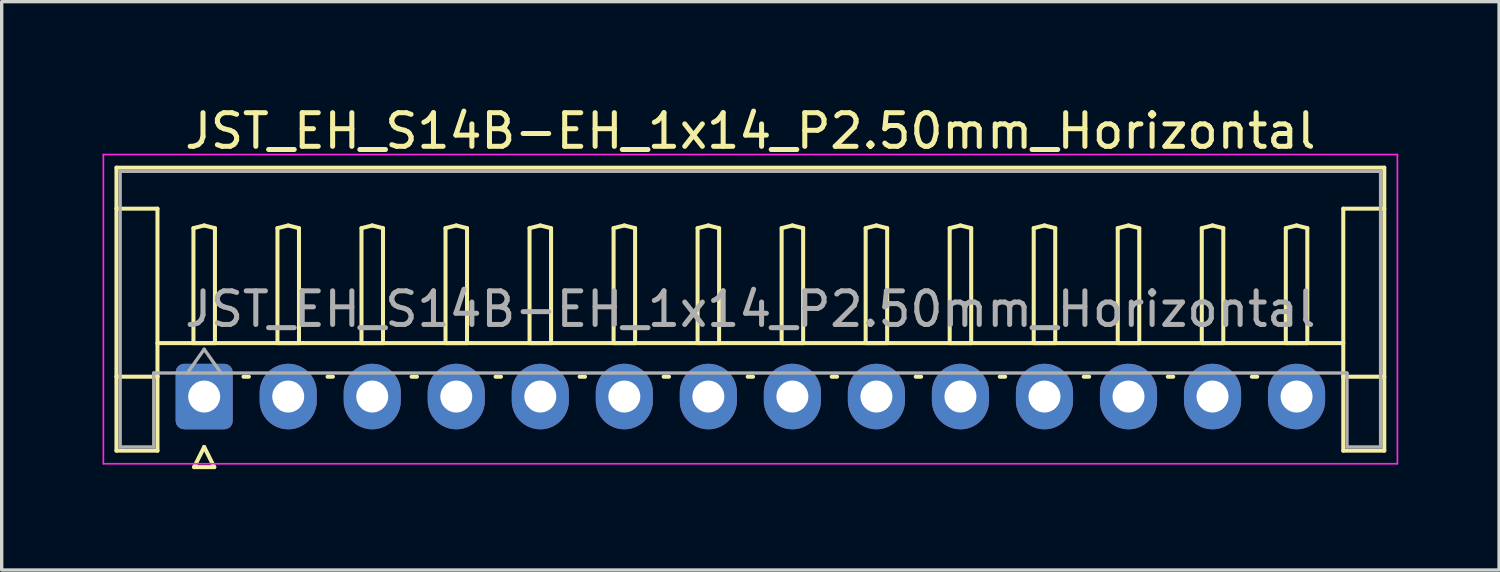
<source format=kicad_pcb>
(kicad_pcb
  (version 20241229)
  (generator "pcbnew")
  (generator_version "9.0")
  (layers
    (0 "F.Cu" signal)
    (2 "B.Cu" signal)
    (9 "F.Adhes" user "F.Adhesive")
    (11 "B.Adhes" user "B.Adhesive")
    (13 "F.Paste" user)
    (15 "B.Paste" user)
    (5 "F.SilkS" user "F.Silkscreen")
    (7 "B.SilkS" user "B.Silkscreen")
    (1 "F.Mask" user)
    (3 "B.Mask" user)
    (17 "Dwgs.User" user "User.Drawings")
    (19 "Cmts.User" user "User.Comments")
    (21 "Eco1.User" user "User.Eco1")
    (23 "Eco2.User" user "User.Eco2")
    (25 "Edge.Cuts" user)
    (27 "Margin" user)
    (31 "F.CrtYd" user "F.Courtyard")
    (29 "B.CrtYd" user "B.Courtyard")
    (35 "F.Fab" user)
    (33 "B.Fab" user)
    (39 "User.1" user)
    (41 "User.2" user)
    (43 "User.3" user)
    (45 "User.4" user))
  (footprint "JST_EH_S14B-EH_1x14_P2.50mm_Horizontal"
    (layer "F.Cu")
    (at 3.025 8.748)
    (property "Reference" "JST_EH_S14B-EH_1x14_P2.50mm_Horizontal" (at 16.25 -7.9 0) (layer "F.SilkS") (effects (font (size 1 1) (thickness 0.15))))
    (attr through_hole)
    (fp_line (start -2.61 -6.81) (end 35.11 -6.81) (stroke (width 0.12) (type solid)) (layer "F.SilkS"))
    (fp_line (start -2.61 -5.59) (end -1.39 -5.59) (stroke (width 0.12) (type solid)) (layer "F.SilkS"))
    (fp_line (start -2.61 1.61) (end -2.61 -6.81) (stroke (width 0.12) (type solid)) (layer "F.SilkS"))
    (fp_line (start -1.39 -5.59) (end -1.39 -0.59) (stroke (width 0.12) (type solid)) (layer "F.SilkS"))
    (fp_line (start -1.39 -1.59) (end 33.89 -1.59) (stroke (width 0.12) (type solid)) (layer "F.SilkS"))
    (fp_line (start -1.39 -0.59) (end -2.61 -0.59) (stroke (width 0.12) (type solid)) (layer "F.SilkS"))
    (fp_line (start -1.39 -0.59) (end -1.39 1.61) (stroke (width 0.12) (type solid)) (layer "F.SilkS"))
    (fp_line (start -1.39 1.61) (end -2.61 1.61) (stroke (width 0.12) (type solid)) (layer "F.SilkS"))
    (fp_line (start -0.32 -5.01) (end 0 -5.09) (stroke (width 0.12) (type solid)) (layer "F.SilkS"))
    (fp_line (start -0.32 -1.59) (end -0.32 -5.01) (stroke (width 0.12) (type solid)) (layer "F.SilkS"))
    (fp_line (start -0.3 2.1) (end 0.3 2.1) (stroke (width 0.12) (type solid)) (layer "F.SilkS"))
    (fp_line (start 0 -5.09) (end 0.32 -5.01) (stroke (width 0.12) (type solid)) (layer "F.SilkS"))
    (fp_line (start 0 -1.59) (end -0.32 -1.59) (stroke (width 0.12) (type solid)) (layer "F.SilkS"))
    (fp_line (start 0 1.5) (end -0.3 2.1) (stroke (width 0.12) (type solid)) (layer "F.SilkS"))
    (fp_line (start 0.3 2.1) (end 0 1.5) (stroke (width 0.12) (type solid)) (layer "F.SilkS"))
    (fp_line (start 0.32 -5.01) (end 0.32 -1.59) (stroke (width 0.12) (type solid)) (layer "F.SilkS"))
    (fp_line (start 0.32 -1.59) (end 0 -1.59) (stroke (width 0.12) (type solid)) (layer "F.SilkS"))
    (fp_line (start 1.17 -0.59) (end 1.33 -0.59) (stroke (width 0.12) (type solid)) (layer "F.SilkS"))
    (fp_line (start 2.18 -5.01) (end 2.5 -5.09) (stroke (width 0.12) (type solid)) (layer "F.SilkS"))
    (fp_line (start 2.18 -1.59) (end 2.18 -5.01) (stroke (width 0.12) (type solid)) (layer "F.SilkS"))
    (fp_line (start 2.5 -5.09) (end 2.82 -5.01) (stroke (width 0.12) (type solid)) (layer "F.SilkS"))
    (fp_line (start 2.5 -1.59) (end 2.18 -1.59) (stroke (width 0.12) (type solid)) (layer "F.SilkS"))
    (fp_line (start 2.82 -5.01) (end 2.82 -1.59) (stroke (width 0.12) (type solid)) (layer "F.SilkS"))
    (fp_line (start 2.82 -1.59) (end 2.5 -1.59) (stroke (width 0.12) (type solid)) (layer "F.SilkS"))
    (fp_line (start 3.67 -0.59) (end 3.83 -0.59) (stroke (width 0.12) (type solid)) (layer "F.SilkS"))
    (fp_line (start 4.68 -5.01) (end 5 -5.09) (stroke (width 0.12) (type solid)) (layer "F.SilkS"))
    (fp_line (start 4.68 -1.59) (end 4.68 -5.01) (stroke (width 0.12) (type solid)) (layer "F.SilkS"))
    (fp_line (start 5 -5.09) (end 5.32 -5.01) (stroke (width 0.12) (type solid)) (layer "F.SilkS"))
    (fp_line (start 5 -1.59) (end 4.68 -1.59) (stroke (width 0.12) (type solid)) (layer "F.SilkS"))
    (fp_line (start 5.32 -5.01) (end 5.32 -1.59) (stroke (width 0.12) (type solid)) (layer "F.SilkS"))
    (fp_line (start 5.32 -1.59) (end 5 -1.59) (stroke (width 0.12) (type solid)) (layer "F.SilkS"))
    (fp_line (start 6.17 -0.59) (end 6.33 -0.59) (stroke (width 0.12) (type solid)) (layer "F.SilkS"))
    (fp_line (start 7.18 -5.01) (end 7.5 -5.09) (stroke (width 0.12) (type solid)) (layer "F.SilkS"))
    (fp_line (start 7.18 -1.59) (end 7.18 -5.01) (stroke (width 0.12) (type solid)) (layer "F.SilkS"))
    (fp_line (start 7.5 -5.09) (end 7.82 -5.01) (stroke (width 0.12) (type solid)) (layer "F.SilkS"))
    (fp_line (start 7.5 -1.59) (end 7.18 -1.59) (stroke (width 0.12) (type solid)) (layer "F.SilkS"))
    (fp_line (start 7.82 -5.01) (end 7.82 -1.59) (stroke (width 0.12) (type solid)) (layer "F.SilkS"))
    (fp_line (start 7.82 -1.59) (end 7.5 -1.59) (stroke (width 0.12) (type solid)) (layer "F.SilkS"))
    (fp_line (start 8.67 -0.59) (end 8.83 -0.59) (stroke (width 0.12) (type solid)) (layer "F.SilkS"))
    (fp_line (start 9.68 -5.01) (end 10 -5.09) (stroke (width 0.12) (type solid)) (layer "F.SilkS"))
    (fp_line (start 9.68 -1.59) (end 9.68 -5.01) (stroke (width 0.12) (type solid)) (layer "F.SilkS"))
    (fp_line (start 10 -5.09) (end 10.32 -5.01) (stroke (width 0.12) (type solid)) (layer "F.SilkS"))
    (fp_line (start 10 -1.59) (end 9.68 -1.59) (stroke (width 0.12) (type solid)) (layer "F.SilkS"))
    (fp_line (start 10.32 -5.01) (end 10.32 -1.59) (stroke (width 0.12) (type solid)) (layer "F.SilkS"))
    (fp_line (start 10.32 -1.59) (end 10 -1.59) (stroke (width 0.12) (type solid)) (layer "F.SilkS"))
    (fp_line (start 11.17 -0.59) (end 11.33 -0.59) (stroke (width 0.12) (type solid)) (layer "F.SilkS"))
    (fp_line (start 12.18 -5.01) (end 12.5 -5.09) (stroke (width 0.12) (type solid)) (layer "F.SilkS"))
    (fp_line (start 12.18 -1.59) (end 12.18 -5.01) (stroke (width 0.12) (type solid)) (layer "F.SilkS"))
    (fp_line (start 12.5 -5.09) (end 12.82 -5.01) (stroke (width 0.12) (type solid)) (layer "F.SilkS"))
    (fp_line (start 12.5 -1.59) (end 12.18 -1.59) (stroke (width 0.12) (type solid)) (layer "F.SilkS"))
    (fp_line (start 12.82 -5.01) (end 12.82 -1.59) (stroke (width 0.12) (type solid)) (layer "F.SilkS"))
    (fp_line (start 12.82 -1.59) (end 12.5 -1.59) (stroke (width 0.12) (type solid)) (layer "F.SilkS"))
    (fp_line (start 13.67 -0.59) (end 13.83 -0.59) (stroke (width 0.12) (type solid)) (layer "F.SilkS"))
    (fp_line (start 14.68 -5.01) (end 15 -5.09) (stroke (width 0.12) (type solid)) (layer "F.SilkS"))
    (fp_line (start 14.68 -1.59) (end 14.68 -5.01) (stroke (width 0.12) (type solid)) (layer "F.SilkS"))
    (fp_line (start 15 -5.09) (end 15.32 -5.01) (stroke (width 0.12) (type solid)) (layer "F.SilkS"))
    (fp_line (start 15 -1.59) (end 14.68 -1.59) (stroke (width 0.12) (type solid)) (layer "F.SilkS"))
    (fp_line (start 15.32 -5.01) (end 15.32 -1.59) (stroke (width 0.12) (type solid)) (layer "F.SilkS"))
    (fp_line (start 15.32 -1.59) (end 15 -1.59) (stroke (width 0.12) (type solid)) (layer "F.SilkS"))
    (fp_line (start 16.17 -0.59) (end 16.33 -0.59) (stroke (width 0.12) (type solid)) (layer "F.SilkS"))
    (fp_line (start 17.18 -5.01) (end 17.5 -5.09) (stroke (width 0.12) (type solid)) (layer "F.SilkS"))
    (fp_line (start 17.18 -1.59) (end 17.18 -5.01) (stroke (width 0.12) (type solid)) (layer "F.SilkS"))
    (fp_line (start 17.5 -5.09) (end 17.82 -5.01) (stroke (width 0.12) (type solid)) (layer "F.SilkS"))
    (fp_line (start 17.5 -1.59) (end 17.18 -1.59) (stroke (width 0.12) (type solid)) (layer "F.SilkS"))
    (fp_line (start 17.82 -5.01) (end 17.82 -1.59) (stroke (width 0.12) (type solid)) (layer "F.SilkS"))
    (fp_line (start 17.82 -1.59) (end 17.5 -1.59) (stroke (width 0.12) (type solid)) (layer "F.SilkS"))
    (fp_line (start 18.67 -0.59) (end 18.83 -0.59) (stroke (width 0.12) (type solid)) (layer "F.SilkS"))
    (fp_line (start 19.68 -5.01) (end 20 -5.09) (stroke (width 0.12) (type solid)) (layer "F.SilkS"))
    (fp_line (start 19.68 -1.59) (end 19.68 -5.01) (stroke (width 0.12) (type solid)) (layer "F.SilkS"))
    (fp_line (start 20 -5.09) (end 20.32 -5.01) (stroke (width 0.12) (type solid)) (layer "F.SilkS"))
    (fp_line (start 20 -1.59) (end 19.68 -1.59) (stroke (width 0.12) (type solid)) (layer "F.SilkS"))
    (fp_line (start 20.32 -5.01) (end 20.32 -1.59) (stroke (width 0.12) (type solid)) (layer "F.SilkS"))
    (fp_line (start 20.32 -1.59) (end 20 -1.59) (stroke (width 0.12) (type solid)) (layer "F.SilkS"))
    (fp_line (start 21.17 -0.59) (end 21.33 -0.59) (stroke (width 0.12) (type solid)) (layer "F.SilkS"))
    (fp_line (start 22.18 -5.01) (end 22.5 -5.09) (stroke (width 0.12) (type solid)) (layer "F.SilkS"))
    (fp_line (start 22.18 -1.59) (end 22.18 -5.01) (stroke (width 0.12) (type solid)) (layer "F.SilkS"))
    (fp_line (start 22.5 -5.09) (end 22.82 -5.01) (stroke (width 0.12) (type solid)) (layer "F.SilkS"))
    (fp_line (start 22.5 -1.59) (end 22.18 -1.59) (stroke (width 0.12) (type solid)) (layer "F.SilkS"))
    (fp_line (start 22.82 -5.01) (end 22.82 -1.59) (stroke (width 0.12) (type solid)) (layer "F.SilkS"))
    (fp_line (start 22.82 -1.59) (end 22.5 -1.59) (stroke (width 0.12) (type solid)) (layer "F.SilkS"))
    (fp_line (start 23.67 -0.59) (end 23.83 -0.59) (stroke (width 0.12) (type solid)) (layer "F.SilkS"))
    (fp_line (start 24.68 -5.01) (end 25 -5.09) (stroke (width 0.12) (type solid)) (layer "F.SilkS"))
    (fp_line (start 24.68 -1.59) (end 24.68 -5.01) (stroke (width 0.12) (type solid)) (layer "F.SilkS"))
    (fp_line (start 25 -5.09) (end 25.32 -5.01) (stroke (width 0.12) (type solid)) (layer "F.SilkS"))
    (fp_line (start 25 -1.59) (end 24.68 -1.59) (stroke (width 0.12) (type solid)) (layer "F.SilkS"))
    (fp_line (start 25.32 -5.01) (end 25.32 -1.59) (stroke (width 0.12) (type solid)) (layer "F.SilkS"))
    (fp_line (start 25.32 -1.59) (end 25 -1.59) (stroke (width 0.12) (type solid)) (layer "F.SilkS"))
    (fp_line (start 26.17 -0.59) (end 26.33 -0.59) (stroke (width 0.12) (type solid)) (layer "F.SilkS"))
    (fp_line (start 27.18 -5.01) (end 27.5 -5.09) (stroke (width 0.12) (type solid)) (layer "F.SilkS"))
    (fp_line (start 27.18 -1.59) (end 27.18 -5.01) (stroke (width 0.12) (type solid)) (layer "F.SilkS"))
    (fp_line (start 27.5 -5.09) (end 27.82 -5.01) (stroke (width 0.12) (type solid)) (layer "F.SilkS"))
    (fp_line (start 27.5 -1.59) (end 27.18 -1.59) (stroke (width 0.12) (type solid)) (layer "F.SilkS"))
    (fp_line (start 27.82 -5.01) (end 27.82 -1.59) (stroke (width 0.12) (type solid)) (layer "F.SilkS"))
    (fp_line (start 27.82 -1.59) (end 27.5 -1.59) (stroke (width 0.12) (type solid)) (layer "F.SilkS"))
    (fp_line (start 28.67 -0.59) (end 28.83 -0.59) (stroke (width 0.12) (type solid)) (layer "F.SilkS"))
    (fp_line (start 29.68 -5.01) (end 30 -5.09) (stroke (width 0.12) (type solid)) (layer "F.SilkS"))
    (fp_line (start 29.68 -1.59) (end 29.68 -5.01) (stroke (width 0.12) (type solid)) (layer "F.SilkS"))
    (fp_line (start 30 -5.09) (end 30.32 -5.01) (stroke (width 0.12) (type solid)) (layer "F.SilkS"))
    (fp_line (start 30 -1.59) (end 29.68 -1.59) (stroke (width 0.12) (type solid)) (layer "F.SilkS"))
    (fp_line (start 30.32 -5.01) (end 30.32 -1.59) (stroke (width 0.12) (type solid)) (layer "F.SilkS"))
    (fp_line (start 30.32 -1.59) (end 30 -1.59) (stroke (width 0.12) (type solid)) (layer "F.SilkS"))
    (fp_line (start 31.17 -0.59) (end 31.33 -0.59) (stroke (width 0.12) (type solid)) (layer "F.SilkS"))
    (fp_line (start 32.18 -5.01) (end 32.5 -5.09) (stroke (width 0.12) (type solid)) (layer "F.SilkS"))
    (fp_line (start 32.18 -1.59) (end 32.18 -5.01) (stroke (width 0.12) (type solid)) (layer "F.SilkS"))
    (fp_line (start 32.5 -5.09) (end 32.82 -5.01) (stroke (width 0.12) (type solid)) (layer "F.SilkS"))
    (fp_line (start 32.5 -1.59) (end 32.18 -1.59) (stroke (width 0.12) (type solid)) (layer "F.SilkS"))
    (fp_line (start 32.82 -5.01) (end 32.82 -1.59) (stroke (width 0.12) (type solid)) (layer "F.SilkS"))
    (fp_line (start 32.82 -1.59) (end 32.5 -1.59) (stroke (width 0.12) (type solid)) (layer "F.SilkS"))
    (fp_line (start 33.89 -5.59) (end 33.89 -0.59) (stroke (width 0.12) (type solid)) (layer "F.SilkS"))
    (fp_line (start 33.89 -0.59) (end 35.11 -0.59) (stroke (width 0.12) (type solid)) (layer "F.SilkS"))
    (fp_line (start 33.89 1.61) (end 33.89 -0.59) (stroke (width 0.12) (type solid)) (layer "F.SilkS"))
    (fp_line (start 35.11 -6.81) (end 35.11 1.61) (stroke (width 0.12) (type solid)) (layer "F.SilkS"))
    (fp_line (start 35.11 -5.59) (end 33.89 -5.59) (stroke (width 0.12) (type solid)) (layer "F.SilkS"))
    (fp_line (start 35.11 1.61) (end 33.89 1.61) (stroke (width 0.12) (type solid)) (layer "F.SilkS"))
    (fp_line (start -3 -7.2) (end -3 2) (stroke (width 0.05) (type solid)) (layer "F.CrtYd"))
    (fp_line (start -3 2) (end 35.5 2) (stroke (width 0.05) (type solid)) (layer "F.CrtYd"))
    (fp_line (start 35.5 -7.2) (end -3 -7.2) (stroke (width 0.05) (type solid)) (layer "F.CrtYd"))
    (fp_line (start 35.5 2) (end 35.5 -7.2) (stroke (width 0.05) (type solid)) (layer "F.CrtYd"))
    (fp_line (start -2.5 -6.7) (end 35 -6.7) (stroke (width 0.1) (type solid)) (layer "F.Fab"))
    (fp_line (start -2.5 1.5) (end -2.5 -6.7) (stroke (width 0.1) (type solid)) (layer "F.Fab"))
    (fp_line (start -1.5 -0.7) (end -1.5 1.5) (stroke (width 0.1) (type solid)) (layer "F.Fab"))
    (fp_line (start -1.5 1.5) (end -2.5 1.5) (stroke (width 0.1) (type solid)) (layer "F.Fab"))
    (fp_line (start -0.5 -0.7) (end 0 -1.407) (stroke (width 0.1) (type solid)) (layer "F.Fab"))
    (fp_line (start 0 -1.407) (end 0.5 -0.7) (stroke (width 0.1) (type solid)) (layer "F.Fab"))
    (fp_line (start 34 -0.7) (end -1.5 -0.7) (stroke (width 0.1) (type solid)) (layer "F.Fab"))
    (fp_line (start 34 1.5) (end 34 -0.7) (stroke (width 0.1) (type solid)) (layer "F.Fab"))
    (fp_line (start 35 -6.7) (end 35 1.5) (stroke (width 0.1) (type solid)) (layer "F.Fab"))
    (fp_line (start 35 1.5) (end 34 1.5) (stroke (width 0.1) (type solid)) (layer "F.Fab"))
    (fp_text user "${REFERENCE}" (at 16.25 -2.6 0) (layer "F.Fab") (effects (font (size 1 1) (thickness 0.15))))
    (pad "1" thru_hole roundrect (at 0 0) (size 1.7 1.95) (drill 0.95) (layers "*.Cu" "*.Mask") (roundrect_rratio 0.147))
    (pad "2" thru_hole oval (at 2.5 0) (size 1.7 1.95) (drill 0.95) (layers "*.Cu" "*.Mask"))
    (pad "3" thru_hole oval (at 5 0) (size 1.7 1.95) (drill 0.95) (layers "*.Cu" "*.Mask"))
    (pad "4" thru_hole oval (at 7.5 0) (size 1.7 1.95) (drill 0.95) (layers "*.Cu" "*.Mask"))
    (pad "5" thru_hole oval (at 10 0) (size 1.7 1.95) (drill 0.95) (layers "*.Cu" "*.Mask"))
    (pad "6" thru_hole oval (at 12.5 0) (size 1.7 1.95) (drill 0.95) (layers "*.Cu" "*.Mask"))
    (pad "7" thru_hole oval (at 15 0) (size 1.7 1.95) (drill 0.95) (layers "*.Cu" "*.Mask"))
    (pad "8" thru_hole oval (at 17.5 0) (size 1.7 1.95) (drill 0.95) (layers "*.Cu" "*.Mask"))
    (pad "9" thru_hole oval (at 20 0) (size 1.7 1.95) (drill 0.95) (layers "*.Cu" "*.Mask"))
    (pad "10" thru_hole oval (at 22.5 0) (size 1.7 1.95) (drill 0.95) (layers "*.Cu" "*.Mask"))
    (pad "11" thru_hole oval (at 25 0) (size 1.7 1.95) (drill 0.95) (layers "*.Cu" "*.Mask"))
    (pad "12" thru_hole oval (at 27.5 0) (size 1.7 1.95) (drill 0.95) (layers "*.Cu" "*.Mask"))
    (pad "13" thru_hole oval (at 30 0) (size 1.7 1.95) (drill 0.95) (layers "*.Cu" "*.Mask"))
    (pad "14" thru_hole oval (at 32.5 0) (size 1.7 1.95) (drill 0.95) (layers "*.Cu" "*.Mask")))
  (gr_rect
    (start -3 -3)
    (end 41.55 13.908)
    (stroke (width 0.1) (type default))
    (fill no)
    (layer "Edge.Cuts")))
</source>
